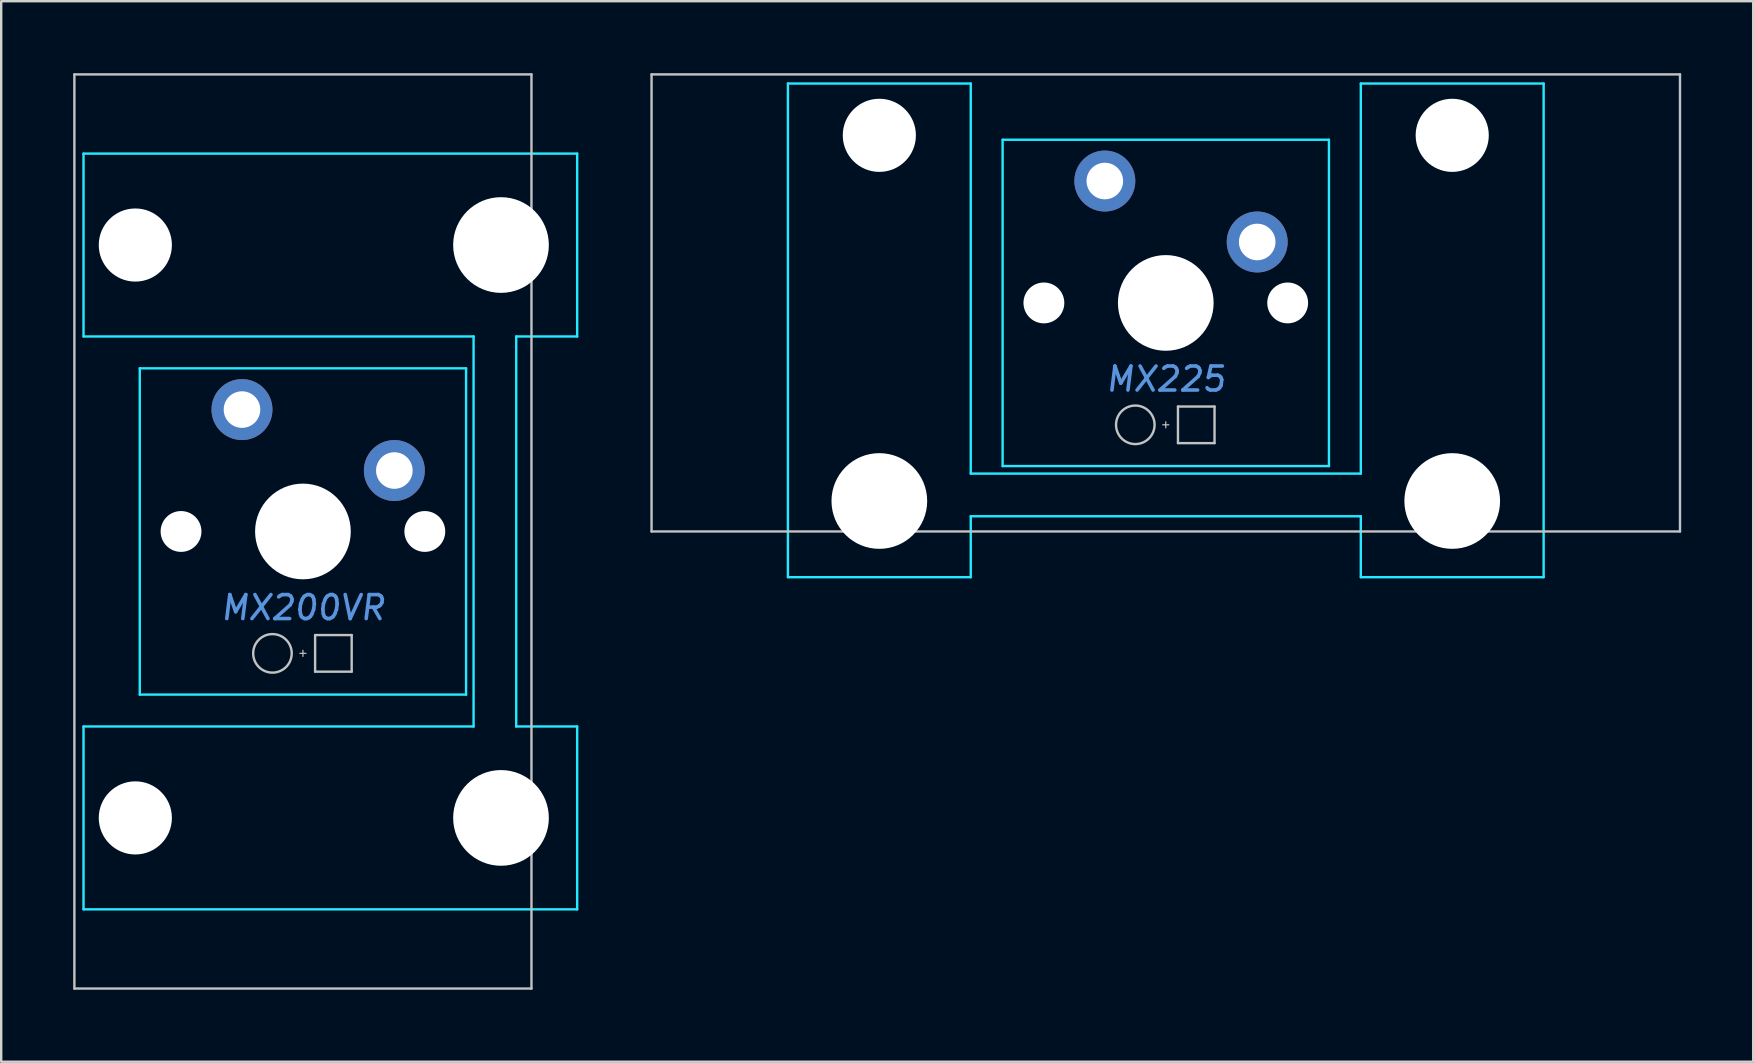
<source format=kicad_pcb>
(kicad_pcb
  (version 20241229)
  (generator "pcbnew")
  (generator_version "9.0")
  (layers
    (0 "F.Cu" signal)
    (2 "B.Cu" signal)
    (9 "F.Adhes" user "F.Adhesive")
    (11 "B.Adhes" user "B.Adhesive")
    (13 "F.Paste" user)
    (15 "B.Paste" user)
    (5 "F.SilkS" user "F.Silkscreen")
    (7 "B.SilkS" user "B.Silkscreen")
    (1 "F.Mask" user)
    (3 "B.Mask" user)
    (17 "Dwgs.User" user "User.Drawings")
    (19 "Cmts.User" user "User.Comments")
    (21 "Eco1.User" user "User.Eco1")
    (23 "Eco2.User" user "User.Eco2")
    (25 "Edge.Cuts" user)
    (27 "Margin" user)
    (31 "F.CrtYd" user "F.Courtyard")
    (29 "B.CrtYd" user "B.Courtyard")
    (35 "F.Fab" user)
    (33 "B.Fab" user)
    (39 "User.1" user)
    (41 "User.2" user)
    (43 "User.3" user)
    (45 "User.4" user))
  (footprint "MX225"
    (layer "F.Cu")
    (at 45.536 9.575)
    (property "Reference" "MX225" (at 0 3.175 0) (layer "Cmts.User") (effects (font (size 1 1) (thickness 0.15) (italic yes))))
    (attr through_hole)
    (fp_line (start -21.431 -9.525) (end -21.431 9.525) (stroke (width 0.1) (type solid)) (layer "Dwgs.User"))
    (fp_line (start -21.431 -9.525) (end 21.431 -9.525) (stroke (width 0.1) (type solid)) (layer "Dwgs.User"))
    (fp_line (start -21.431 9.525) (end 21.431 9.525) (stroke (width 0.1) (type solid)) (layer "Dwgs.User"))
    (fp_line (start -0.127 5.08) (end 0.127 5.08) (stroke (width 0.05) (type solid)) (layer "Dwgs.User"))
    (fp_line (start 0 5.207) (end 0 4.953) (stroke (width 0.05) (type solid)) (layer "Dwgs.User"))
    (fp_line (start 0.508 4.318) (end 0.508 5.842) (stroke (width 0.1) (type solid)) (layer "Dwgs.User"))
    (fp_line (start 0.508 4.318) (end 2.032 4.318) (stroke (width 0.1) (type solid)) (layer "Dwgs.User"))
    (fp_line (start 0.508 5.842) (end 2.032 5.842) (stroke (width 0.1) (type solid)) (layer "Dwgs.User"))
    (fp_line (start 2.032 5.842) (end 2.032 4.318) (stroke (width 0.1) (type solid)) (layer "Dwgs.User"))
    (fp_line (start 21.431 -9.525) (end 21.431 9.525) (stroke (width 0.1) (type solid)) (layer "Dwgs.User"))
    (fp_circle (center -1.27 5.08) (end -0.467 5.08) (stroke (width 0.1) (type solid)) (fill no) (layer "Dwgs.User"))
    (fp_line (start -15.438 -5.485) (end -15.438 8.515) (stroke (width 0.1) (type solid)) (layer "Eco1.User"))
    (fp_line (start -14.938 -5.985) (end -8.938 -5.985) (stroke (width 0.1) (type solid)) (layer "Eco1.User"))
    (fp_line (start -8.938 9.015) (end -14.938 9.015) (stroke (width 0.1) (type solid)) (layer "Eco1.User"))
    (fp_line (start -8.438 8.515) (end -8.438 -5.485) (stroke (width 0.1) (type solid)) (layer "Eco1.User"))
    (fp_line (start -7 -6.5) (end -7 6.5) (stroke (width 0.1) (type solid)) (layer "Eco1.User"))
    (fp_line (start -6.5 7) (end 6.5 7) (stroke (width 0.1) (type solid)) (layer "Eco1.User"))
    (fp_line (start 6.5 -7) (end -6.5 -7) (stroke (width 0.1) (type solid)) (layer "Eco1.User"))
    (fp_line (start 7 6.5) (end 7 -6.5) (stroke (width 0.1) (type solid)) (layer "Eco1.User"))
    (fp_line (start 8.438 -5.485) (end 8.438 8.515) (stroke (width 0.1) (type solid)) (layer "Eco1.User"))
    (fp_line (start 8.938 -5.985) (end 14.938 -5.985) (stroke (width 0.1) (type solid)) (layer "Eco1.User"))
    (fp_line (start 14.938 9.015) (end 8.938 9.015) (stroke (width 0.1) (type solid)) (layer "Eco1.User"))
    (fp_line (start 15.438 8.515) (end 15.438 -5.485) (stroke (width 0.1) (type solid)) (layer "Eco1.User"))
    (fp_arc (start -15.438 -5.485) (mid -15.291553 -5.838553) (end -14.938 -5.985) (stroke (width 0.1) (type solid)) (layer "Eco1.User"))
    (fp_arc (start -14.938 9.015) (mid -15.291553 8.868553) (end -15.438 8.515) (stroke (width 0.1) (type solid)) (layer "Eco1.User"))
    (fp_arc (start -8.938 -5.985) (mid -8.584447 -5.838553) (end -8.438 -5.485) (stroke (width 0.1) (type solid)) (layer "Eco1.User"))
    (fp_arc (start -8.438 8.515) (mid -8.584447 8.868553) (end -8.938 9.015) (stroke (width 0.1) (type solid)) (layer "Eco1.User"))
    (fp_arc (start -7 -6.5) (mid -6.853553 -6.853553) (end -6.5 -7) (stroke (width 0.1) (type solid)) (layer "Eco1.User"))
    (fp_arc (start -6.5 7) (mid -6.853553 6.853553) (end -7 6.5) (stroke (width 0.1) (type solid)) (layer "Eco1.User"))
    (fp_arc (start 6.5 -7) (mid 6.853553 -6.853553) (end 7 -6.5) (stroke (width 0.1) (type solid)) (layer "Eco1.User"))
    (fp_arc (start 7 6.5) (mid 6.853553 6.853553) (end 6.5 7) (stroke (width 0.1) (type solid)) (layer "Eco1.User"))
    (fp_arc (start 8.438 -5.485) (mid 8.584447 -5.838553) (end 8.938 -5.985) (stroke (width 0.1) (type solid)) (layer "Eco1.User"))
    (fp_arc (start 8.938 9.015) (mid 8.584447 8.868553) (end 8.438 8.515) (stroke (width 0.1) (type solid)) (layer "Eco1.User"))
    (fp_arc (start 14.938 -5.985) (mid 15.291553 -5.838553) (end 15.438 -5.485) (stroke (width 0.1) (type solid)) (layer "Eco1.User"))
    (fp_arc (start 15.438 8.515) (mid 15.291553 8.868553) (end 14.938 9.015) (stroke (width 0.1) (type solid)) (layer "Eco1.User"))
    (fp_line (start -15.748 -9.144) (end -8.128 -9.144) (stroke (width 0.1) (type solid)) (layer "B.CrtYd"))
    (fp_line (start -15.748 11.43) (end -15.748 -9.144) (stroke (width 0.1) (type solid)) (layer "B.CrtYd"))
    (fp_line (start -8.128 -9.144) (end -8.128 7.112) (stroke (width 0.1) (type solid)) (layer "B.CrtYd"))
    (fp_line (start -8.128 7.112) (end 8.128 7.112) (stroke (width 0.1) (type solid)) (layer "B.CrtYd"))
    (fp_line (start -8.128 8.89) (end 8.128 8.89) (stroke (width 0.1) (type solid)) (layer "B.CrtYd"))
    (fp_line (start -8.128 11.43) (end -15.748 11.43) (stroke (width 0.1) (type solid)) (layer "B.CrtYd"))
    (fp_line (start -8.128 11.43) (end -8.128 8.89) (stroke (width 0.1) (type solid)) (layer "B.CrtYd"))
    (fp_line (start -6.8 6.8) (end -6.8 -6.8) (stroke (width 0.1) (type solid)) (layer "B.CrtYd"))
    (fp_line (start 6.8 -6.8) (end -6.8 -6.8) (stroke (width 0.1) (type solid)) (layer "B.CrtYd"))
    (fp_line (start 6.8 6.8) (end -6.8 6.8) (stroke (width 0.1) (type solid)) (layer "B.CrtYd"))
    (fp_line (start 6.8 6.8) (end 6.8 -6.8) (stroke (width 0.1) (type solid)) (layer "B.CrtYd"))
    (fp_line (start 8.128 -9.144) (end 8.128 7.112) (stroke (width 0.1) (type solid)) (layer "B.CrtYd"))
    (fp_line (start 8.128 -9.144) (end 15.748 -9.144) (stroke (width 0.1) (type solid)) (layer "B.CrtYd"))
    (fp_line (start 8.128 11.43) (end 8.128 8.89) (stroke (width 0.1) (type solid)) (layer "B.CrtYd"))
    (fp_line (start 15.748 -9.144) (end 15.748 11.43) (stroke (width 0.1) (type solid)) (layer "B.CrtYd"))
    (fp_line (start 15.748 11.43) (end 8.128 11.43) (stroke (width 0.1) (type solid)) (layer "B.CrtYd"))
    (pad "" np_thru_hole circle (at -11.938 -6.985) (size 3.048 3.048) (drill 3.048) (layers "*.Cu" "*.Mask"))
    (pad "" np_thru_hole circle (at -11.938 8.255) (size 3.988 3.988) (drill 3.988) (layers "*.Cu" "*.Mask"))
    (pad "" np_thru_hole circle (at -5.08 0) (size 1.702 1.702) (drill 1.702) (layers "*.Cu" "*.Mask"))
    (pad "" np_thru_hole circle (at 0 0) (size 3.988 3.988) (drill 3.988) (layers "*.Cu" "*.Mask"))
    (pad "" np_thru_hole circle (at 5.08 0) (size 1.702 1.702) (drill 1.702) (layers "*.Cu" "*.Mask"))
    (pad "" np_thru_hole circle (at 11.938 -6.985) (size 3.048 3.048) (drill 3.048) (layers "*.Cu" "*.Mask"))
    (pad "" np_thru_hole circle (at 11.938 8.255) (size 3.988 3.988) (drill 3.988) (layers "*.Cu" "*.Mask"))
    (pad "1" thru_hole circle (at 3.81 -2.54) (size 2.54 2.54) (drill 1.524) (layers "*.Cu" "*.Mask"))
    (pad "2" thru_hole circle (at -2.54 -5.08) (size 2.54 2.54) (drill 1.524) (layers "*.Cu" "*.Mask")))
  (footprint "MX200VR"
    (layer "F.Cu")
    (at 9.575 19.1)
    (property "Reference" "MX200VR" (at 0 3.175 0) (layer "Cmts.User") (effects (font (size 1 1) (thickness 0.15) (italic yes))))
    (attr through_hole)
    (fp_line (start -9.525 -19.05) (end -9.525 19.05) (stroke (width 0.1) (type solid)) (layer "Dwgs.User"))
    (fp_line (start -0.127 5.08) (end 0.127 5.08) (stroke (width 0.05) (type solid)) (layer "Dwgs.User"))
    (fp_line (start 0 5.207) (end 0 4.953) (stroke (width 0.05) (type solid)) (layer "Dwgs.User"))
    (fp_line (start 0.508 4.318) (end 0.508 5.842) (stroke (width 0.1) (type solid)) (layer "Dwgs.User"))
    (fp_line (start 0.508 4.318) (end 2.032 4.318) (stroke (width 0.1) (type solid)) (layer "Dwgs.User"))
    (fp_line (start 0.508 5.842) (end 2.032 5.842) (stroke (width 0.1) (type solid)) (layer "Dwgs.User"))
    (fp_line (start 2.032 5.842) (end 2.032 4.318) (stroke (width 0.1) (type solid)) (layer "Dwgs.User"))
    (fp_line (start 9.525 -19.05) (end -9.525 -19.05) (stroke (width 0.1) (type solid)) (layer "Dwgs.User"))
    (fp_line (start 9.525 -19.05) (end 9.525 19.05) (stroke (width 0.1) (type solid)) (layer "Dwgs.User"))
    (fp_line (start 9.525 19.05) (end -9.525 19.05) (stroke (width 0.1) (type solid)) (layer "Dwgs.User"))
    (fp_circle (center -1.27 5.08) (end -0.467 5.08) (stroke (width 0.1) (type solid)) (fill no) (layer "Dwgs.User"))
    (fp_line (start -7 -6.5) (end -7 6.5) (stroke (width 0.1) (type solid)) (layer "Eco1.User"))
    (fp_line (start -6.5 7) (end 6.5 7) (stroke (width 0.1) (type solid)) (layer "Eco1.User"))
    (fp_line (start -5.985 -8.938) (end -5.985 -14.938) (stroke (width 0.1) (type solid)) (layer "Eco1.User"))
    (fp_line (start -5.985 14.938) (end -5.985 8.938) (stroke (width 0.1) (type solid)) (layer "Eco1.User"))
    (fp_line (start -5.485 -8.438) (end 8.515 -8.438) (stroke (width 0.1) (type solid)) (layer "Eco1.User"))
    (fp_line (start -5.485 15.438) (end 8.515 15.438) (stroke (width 0.1) (type solid)) (layer "Eco1.User"))
    (fp_line (start 6.5 -7) (end -6.5 -7) (stroke (width 0.1) (type solid)) (layer "Eco1.User"))
    (fp_line (start 7 6.5) (end 7 -6.5) (stroke (width 0.1) (type solid)) (layer "Eco1.User"))
    (fp_line (start 8.515 -15.438) (end -5.485 -15.438) (stroke (width 0.1) (type solid)) (layer "Eco1.User"))
    (fp_line (start 8.515 8.438) (end -5.485 8.438) (stroke (width 0.1) (type solid)) (layer "Eco1.User"))
    (fp_line (start 9.015 -14.938) (end 9.015 -8.938) (stroke (width 0.1) (type solid)) (layer "Eco1.User"))
    (fp_line (start 9.015 8.938) (end 9.015 14.938) (stroke (width 0.1) (type solid)) (layer "Eco1.User"))
    (fp_arc (start -7 -6.5) (mid -6.853553 -6.853553) (end -6.5 -7) (stroke (width 0.1) (type solid)) (layer "Eco1.User"))
    (fp_arc (start -6.5 7) (mid -6.853553 6.853553) (end -7 6.5) (stroke (width 0.1) (type solid)) (layer "Eco1.User"))
    (fp_arc (start -5.985 -14.938) (mid -5.838553 -15.291553) (end -5.485 -15.438) (stroke (width 0.1) (type solid)) (layer "Eco1.User"))
    (fp_arc (start -5.985 8.938) (mid -5.838553 8.584447) (end -5.485 8.438) (stroke (width 0.1) (type solid)) (layer "Eco1.User"))
    (fp_arc (start -5.485 -8.438) (mid -5.838553 -8.584447) (end -5.985 -8.938) (stroke (width 0.1) (type solid)) (layer "Eco1.User"))
    (fp_arc (start -5.485 15.438) (mid -5.838553 15.291553) (end -5.985 14.938) (stroke (width 0.1) (type solid)) (layer "Eco1.User"))
    (fp_arc (start 6.5 -7) (mid 6.853553 -6.853553) (end 7 -6.5) (stroke (width 0.1) (type solid)) (layer "Eco1.User"))
    (fp_arc (start 7 6.5) (mid 6.853553 6.853553) (end 6.5 7) (stroke (width 0.1) (type solid)) (layer "Eco1.User"))
    (fp_arc (start 8.515 -15.438) (mid 8.868553 -15.291553) (end 9.015 -14.938) (stroke (width 0.1) (type solid)) (layer "Eco1.User"))
    (fp_arc (start 8.515 8.438) (mid 8.868553 8.584447) (end 9.015 8.938) (stroke (width 0.1) (type solid)) (layer "Eco1.User"))
    (fp_arc (start 9.015 -8.938) (mid 8.868553 -8.584447) (end 8.515 -8.438) (stroke (width 0.1) (type solid)) (layer "Eco1.User"))
    (fp_arc (start 9.015 14.938) (mid 8.868553 15.291553) (end 8.515 15.438) (stroke (width 0.1) (type solid)) (layer "Eco1.User"))
    (fp_line (start -9.144 -15.748) (end 11.43 -15.748) (stroke (width 0.1) (type solid)) (layer "B.CrtYd"))
    (fp_line (start -9.144 -8.128) (end -9.144 -15.748) (stroke (width 0.1) (type solid)) (layer "B.CrtYd"))
    (fp_line (start -9.144 -8.128) (end 7.112 -8.128) (stroke (width 0.1) (type solid)) (layer "B.CrtYd"))
    (fp_line (start -9.144 8.128) (end 7.112 8.128) (stroke (width 0.1) (type solid)) (layer "B.CrtYd"))
    (fp_line (start -9.144 15.748) (end -9.144 8.128) (stroke (width 0.1) (type solid)) (layer "B.CrtYd"))
    (fp_line (start -6.8 6.8) (end -6.8 -6.8) (stroke (width 0.1) (type solid)) (layer "B.CrtYd"))
    (fp_line (start 6.8 -6.8) (end -6.8 -6.8) (stroke (width 0.1) (type solid)) (layer "B.CrtYd"))
    (fp_line (start 6.8 6.8) (end -6.8 6.8) (stroke (width 0.1) (type solid)) (layer "B.CrtYd"))
    (fp_line (start 6.8 6.8) (end 6.8 -6.8) (stroke (width 0.1) (type solid)) (layer "B.CrtYd"))
    (fp_line (start 7.112 8.128) (end 7.112 -8.128) (stroke (width 0.1) (type solid)) (layer "B.CrtYd"))
    (fp_line (start 8.89 8.128) (end 8.89 -8.128) (stroke (width 0.1) (type solid)) (layer "B.CrtYd"))
    (fp_line (start 11.43 -15.748) (end 11.43 -8.128) (stroke (width 0.1) (type solid)) (layer "B.CrtYd"))
    (fp_line (start 11.43 -8.128) (end 8.89 -8.128) (stroke (width 0.1) (type solid)) (layer "B.CrtYd"))
    (fp_line (start 11.43 8.128) (end 8.89 8.128) (stroke (width 0.1) (type solid)) (layer "B.CrtYd"))
    (fp_line (start 11.43 8.128) (end 11.43 15.748) (stroke (width 0.1) (type solid)) (layer "B.CrtYd"))
    (fp_line (start 11.43 15.748) (end -9.144 15.748) (stroke (width 0.1) (type solid)) (layer "B.CrtYd"))
    (pad "" np_thru_hole circle (at -6.985 -11.938 90) (size 3.048 3.048) (drill 3.048) (layers "*.Cu" "*.Mask"))
    (pad "" np_thru_hole circle (at -6.985 11.938 90) (size 3.048 3.048) (drill 3.048) (layers "*.Cu" "*.Mask"))
    (pad "" np_thru_hole circle (at -5.08 0) (size 1.702 1.702) (drill 1.702) (layers "*.Cu" "*.Mask"))
    (pad "" np_thru_hole circle (at 0 0) (size 3.988 3.988) (drill 3.988) (layers "*.Cu" "*.Mask"))
    (pad "" np_thru_hole circle (at 5.08 0) (size 1.702 1.702) (drill 1.702) (layers "*.Cu" "*.Mask"))
    (pad "" np_thru_hole circle (at 8.255 -11.938 90) (size 3.988 3.988) (drill 3.988) (layers "*.Cu" "*.Mask"))
    (pad "" np_thru_hole circle (at 8.255 11.938 90) (size 3.988 3.988) (drill 3.988) (layers "*.Cu" "*.Mask"))
    (pad "1" thru_hole circle (at 3.81 -2.54) (size 2.54 2.54) (drill 1.524) (layers "*.Cu" "*.Mask"))
    (pad "2" thru_hole circle (at -2.54 -5.08) (size 2.54 2.54) (drill 1.524) (layers "*.Cu" "*.Mask")))
  (gr_rect
    (start -3 -3)
    (end 70.017 41.2)
    (stroke (width 0.1) (type default))
    (fill no)
    (layer "Edge.Cuts")))
</source>
